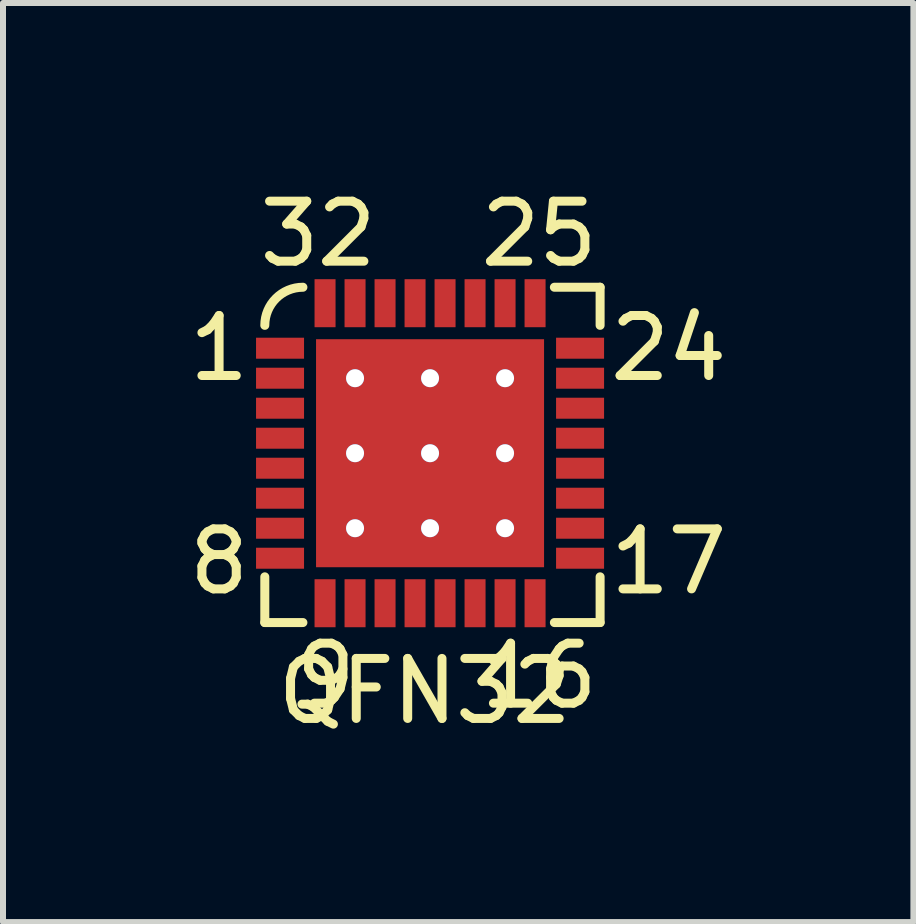
<source format=kicad_pcb>
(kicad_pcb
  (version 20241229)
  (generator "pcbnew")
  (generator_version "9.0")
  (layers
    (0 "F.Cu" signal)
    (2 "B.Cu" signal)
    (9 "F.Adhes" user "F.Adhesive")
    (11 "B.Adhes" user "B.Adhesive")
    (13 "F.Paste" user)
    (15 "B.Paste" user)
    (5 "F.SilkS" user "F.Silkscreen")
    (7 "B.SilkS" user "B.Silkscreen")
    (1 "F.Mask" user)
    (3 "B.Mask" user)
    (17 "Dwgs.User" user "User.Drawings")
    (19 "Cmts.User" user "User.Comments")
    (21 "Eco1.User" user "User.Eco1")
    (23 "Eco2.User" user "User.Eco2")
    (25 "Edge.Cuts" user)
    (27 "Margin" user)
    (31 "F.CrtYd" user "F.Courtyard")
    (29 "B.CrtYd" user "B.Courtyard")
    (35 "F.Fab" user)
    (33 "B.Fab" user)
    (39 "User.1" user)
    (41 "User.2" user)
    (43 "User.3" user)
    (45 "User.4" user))
  (footprint "QFN32"
    (layer "F.Cu")
    (at 1.617 2.753)
    (property "Reference" "QFN32" (at 2.413 5.715 0) (layer "F.SilkS") (effects (font (size 1 1) (thickness 0.15))))
    (attr through_hole)
    (fp_line (start -0.254 3.81) (end -0.254 4.572) (stroke (width 0.15) (type solid)) (layer "F.SilkS"))
    (fp_line (start -0.254 4.572) (end 0.381 4.572) (stroke (width 0.15) (type solid)) (layer "F.SilkS"))
    (fp_line (start 4.572 -1.016) (end 5.334 -1.016) (stroke (width 0.15) (type solid)) (layer "F.SilkS"))
    (fp_line (start 4.572 4.572) (end 5.207 4.572) (stroke (width 0.15) (type solid)) (layer "F.SilkS"))
    (fp_line (start 5.207 4.572) (end 5.334 4.572) (stroke (width 0.15) (type solid)) (layer "F.SilkS"))
    (fp_line (start 5.334 -1.016) (end 5.334 -0.381) (stroke (width 0.15) (type solid)) (layer "F.SilkS"))
    (fp_line (start 5.334 4.572) (end 5.334 3.81) (stroke (width 0.15) (type solid)) (layer "F.SilkS"))
    (fp_arc (start -0.254 -0.381) (mid -0.068013 -0.830013) (end 0.381 -1.016) (stroke (width 0.15) (type solid)) (layer "F.SilkS"))
    (fp_text user "24" (at 6.477 0 0) (layer "F.SilkS") (effects (font (size 1 1) (thickness 0.15))))
    (fp_text user "9" (at 0.762 5.461 0) (layer "F.SilkS") (effects (font (size 1 1) (thickness 0.15))))
    (fp_text user "17" (at 6.477 3.556 0) (layer "F.SilkS") (effects (font (size 1 1) (thickness 0.15))))
    (fp_text user "25" (at 4.318 -1.905 0) (layer "F.SilkS") (effects (font (size 1 1) (thickness 0.15))))
    (fp_text user "32" (at 0.635 -1.905 0) (layer "F.SilkS") (effects (font (size 1 1) (thickness 0.15))))
    (fp_text user "1" (at -1.016 0 0) (layer "F.SilkS") (effects (font (size 1 1) (thickness 0.15))))
    (fp_text user "8" (at -1.016 3.556 0) (layer "F.SilkS") (effects (font (size 1 1) (thickness 0.15))))
    (fp_text user "16" (at 4.318 5.461 0) (layer "F.SilkS") (effects (font (size 1 1) (thickness 0.15))))
    (pad "" thru_hole circle (at 1.25 0.5) (size 0.3 0.3) (drill 0.3) (layers "*.Cu" "*.Mask"))
    (pad "" thru_hole circle (at 1.25 1.75) (size 0.3 0.3) (drill 0.3) (layers "*.Cu" "*.Mask"))
    (pad "" thru_hole circle (at 1.25 3) (size 0.3 0.3) (drill 0.3) (layers "*.Cu" "*.Mask"))
    (pad "" thru_hole circle (at 2.5 0.5) (size 0.3 0.3) (drill 0.3) (layers "*.Cu" "*.Mask"))
    (pad "" thru_hole circle (at 2.5 1.75) (size 0.3 0.3) (drill 0.3) (layers "*.Cu" "*.Mask"))
    (pad "" thru_hole circle (at 2.5 3) (size 0.3 0.3) (drill 0.3) (layers "*.Cu" "*.Mask"))
    (pad "" thru_hole circle (at 3.75 0.5) (size 0.3 0.3) (drill 0.3) (layers "*.Cu" "*.Mask"))
    (pad "" thru_hole circle (at 3.75 1.75) (size 0.3 0.3) (drill 0.3) (layers "*.Cu" "*.Mask"))
    (pad "" thru_hole circle (at 3.75 3) (size 0.3 0.3) (drill 0.3) (layers "*.Cu" "*.Mask"))
    (pad "1" smd rect (at 0 0) (size 0.8 0.35) (layers "F.Cu" "F.Mask" "F.Paste"))
    (pad "2" smd rect (at 0 0.5) (size 0.8 0.35) (layers "F.Cu" "F.Mask" "F.Paste"))
    (pad "3" smd rect (at 0 1) (size 0.8 0.35) (layers "F.Cu" "F.Mask" "F.Paste"))
    (pad "4" smd rect (at 0 1.5) (size 0.8 0.35) (layers "F.Cu" "F.Mask" "F.Paste"))
    (pad "5" smd rect (at 0 2) (size 0.8 0.35) (layers "F.Cu" "F.Mask" "F.Paste"))
    (pad "6" smd rect (at 0 2.5) (size 0.8 0.35) (layers "F.Cu" "F.Mask" "F.Paste"))
    (pad "7" smd rect (at 0 3) (size 0.8 0.35) (layers "F.Cu" "F.Mask" "F.Paste"))
    (pad "8" smd rect (at 0 3.5) (size 0.8 0.35) (layers "F.Cu" "F.Mask" "F.Paste"))
    (pad "9" smd rect (at 0.75 4.25) (size 0.35 0.8) (layers "F.Cu" "F.Mask" "F.Paste"))
    (pad "10" smd rect (at 1.25 4.25) (size 0.35 0.8) (layers "F.Cu" "F.Mask" "F.Paste"))
    (pad "11" smd rect (at 1.75 4.25) (size 0.35 0.8) (layers "F.Cu" "F.Mask" "F.Paste"))
    (pad "12" smd rect (at 2.25 4.25) (size 0.35 0.8) (layers "F.Cu" "F.Mask" "F.Paste"))
    (pad "13" smd rect (at 2.75 4.25) (size 0.35 0.8) (layers "F.Cu" "F.Mask" "F.Paste"))
    (pad "14" smd rect (at 3.25 4.25) (size 0.35 0.8) (layers "F.Cu" "F.Mask" "F.Paste"))
    (pad "15" smd rect (at 3.75 4.25) (size 0.35 0.8) (layers "F.Cu" "F.Mask" "F.Paste"))
    (pad "16" smd rect (at 4.25 4.25) (size 0.35 0.8) (layers "F.Cu" "F.Mask" "F.Paste"))
    (pad "17" smd rect (at 5 3.5) (size 0.8 0.35) (layers "F.Cu" "F.Mask" "F.Paste"))
    (pad "18" smd rect (at 5 3) (size 0.8 0.35) (layers "F.Cu" "F.Mask" "F.Paste"))
    (pad "19" smd rect (at 5 2.5) (size 0.8 0.35) (layers "F.Cu" "F.Mask" "F.Paste"))
    (pad "20" smd rect (at 5 2) (size 0.8 0.35) (layers "F.Cu" "F.Mask" "F.Paste"))
    (pad "21" smd rect (at 5 1.5) (size 0.8 0.35) (layers "F.Cu" "F.Mask" "F.Paste"))
    (pad "22" smd rect (at 5 1) (size 0.8 0.35) (layers "F.Cu" "F.Mask" "F.Paste"))
    (pad "23" smd rect (at 5 0.5) (size 0.8 0.35) (layers "F.Cu" "F.Mask" "F.Paste"))
    (pad "24" smd rect (at 5 0) (size 0.8 0.35) (layers "F.Cu" "F.Mask" "F.Paste"))
    (pad "25" smd rect (at 4.25 -0.75) (size 0.35 0.8) (layers "F.Cu" "F.Mask" "F.Paste"))
    (pad "26" smd rect (at 3.75 -0.75) (size 0.35 0.8) (layers "F.Cu" "F.Mask" "F.Paste"))
    (pad "27" smd rect (at 3.25 -0.75) (size 0.35 0.8) (layers "F.Cu" "F.Mask" "F.Paste"))
    (pad "28" smd rect (at 2.75 -0.75) (size 0.35 0.8) (layers "F.Cu" "F.Mask" "F.Paste"))
    (pad "29" smd rect (at 2.25 -0.75) (size 0.35 0.8) (layers "F.Cu" "F.Mask" "F.Paste"))
    (pad "30" smd rect (at 1.75 -0.75) (size 0.35 0.8) (layers "F.Cu" "F.Mask" "F.Paste"))
    (pad "31" smd rect (at 1.25 -0.75) (size 0.35 0.8) (layers "F.Cu" "F.Mask" "F.Paste"))
    (pad "32" smd rect (at 0.75 -0.75) (size 0.35 0.8) (layers "F.Cu" "F.Mask" "F.Paste"))
    (pad "33" smd rect (at 2.5 1.75) (size 3.8 3.8) (layers "F.Cu" "F.Mask" "F.Paste")))
  (gr_rect
    (start -3 -3)
    (end 12.172 12.316)
    (stroke (width 0.1) (type default))
    (fill no)
    (layer "Edge.Cuts")))
</source>
